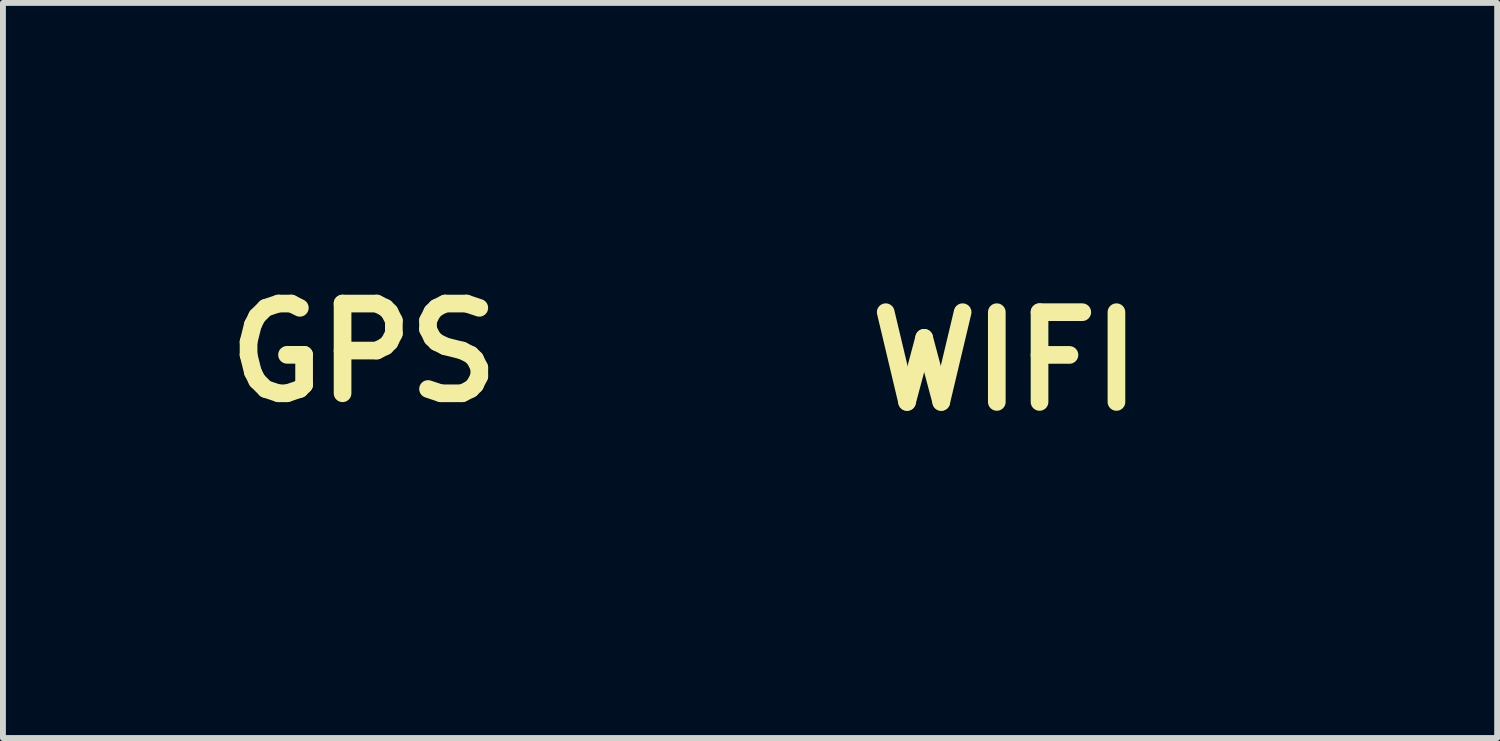
<source format=kicad_pcb>
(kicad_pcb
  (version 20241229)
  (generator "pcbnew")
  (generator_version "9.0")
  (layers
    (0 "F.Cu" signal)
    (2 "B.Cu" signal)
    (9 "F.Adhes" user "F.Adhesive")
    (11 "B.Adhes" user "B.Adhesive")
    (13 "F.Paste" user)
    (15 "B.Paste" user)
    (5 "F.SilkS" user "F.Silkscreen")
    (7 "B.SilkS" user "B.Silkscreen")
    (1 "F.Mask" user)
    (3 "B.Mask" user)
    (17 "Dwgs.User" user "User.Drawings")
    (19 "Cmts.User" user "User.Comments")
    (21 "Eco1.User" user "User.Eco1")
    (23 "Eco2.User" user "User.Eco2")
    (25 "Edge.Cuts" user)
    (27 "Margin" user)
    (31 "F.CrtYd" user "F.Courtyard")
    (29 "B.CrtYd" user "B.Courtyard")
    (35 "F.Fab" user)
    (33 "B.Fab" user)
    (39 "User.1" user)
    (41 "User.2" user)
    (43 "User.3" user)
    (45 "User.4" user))
  (footprint "WIFI"
    (layer "F.Cu")
    (at 14.025 3.087)
    (property "Reference" "WIFI" (at 0 0 0) (layer "F.SilkS") (effects (font (size 1.524 1.524) (thickness 0.3))))
    (attr through_hole)
    (fp_poly (pts (xy 5.347 -1.471) (xy 5.214 -1.337) (xy 5.08 -1.471) (xy 5.214 -1.604) (xy 5.347 -1.471)) (stroke (width 0.01) (type solid)) (fill no) (layer "Eco2.User"))
    (fp_poly (pts (xy 3.468 -0.866) (xy 3.476 -0.802) (xy 3.272 -0.543) (xy 3.208 -0.535) (xy 2.949 -0.738) (xy 2.941 -0.802) (xy 3.145 -1.062) (xy 3.208 -1.069) (xy 3.468 -0.866)) (stroke (width 0.01) (type solid)) (fill no) (layer "Eco2.User"))
    (fp_poly (pts (xy 3.378 -0.051) (xy 3.47 0.436) (xy 3.394 0.946) (xy 3.208 1.203) (xy 2.933 1.304) (xy 2.907 1.286) (xy 2.812 0.755) (xy 2.863 0.176) (xy 3.026 -0.215) (xy 3.129 -0.267) (xy 3.378 -0.051)) (stroke (width 0.01) (type solid)) (fill no) (layer "Eco2.User"))
    (fp_poly (pts (xy 2.167 -0.992) (xy 2.406 -0.805) (xy 2.406 -0.802) (xy 2.182 -0.585) (xy 1.872 -0.535) (xy 1.437 -0.423) (xy 1.337 -0.267) (xy 1.561 -0.05) (xy 1.872 0) (xy 2.306 0.112) (xy 2.406 0.267) (xy 2.187 0.499) (xy 1.968 0.535) (xy 1.461 0.732) (xy 1.174 1.003) (xy 0.962 1.22) (xy 0.854 1.09) (xy 0.815 0.535) (xy 0.811 0.201) (xy 0.825 -0.565) (xy 0.942 -0.938) (xy 1.249 -1.059) (xy 1.604 -1.069) (xy 2.167 -0.992)) (stroke (width 0.01) (type solid)) (fill no) (layer "Eco2.User"))
    (fp_poly (pts (xy 0.453 -3.073) (xy 1.681 -2.538) (xy 1.833 -2.433) (xy 2.516 -2.051) (xy 3.123 -1.873) (xy 3.168 -1.872) (xy 3.788 -1.629) (xy 4.272 -0.994) (xy 4.527 -0.11) (xy 4.545 0.205) (xy 4.361 0.998) (xy 3.9 1.741) (xy 3.296 2.263) (xy 2.819 2.406) (xy 2.332 2.527) (xy 1.628 2.828) (xy 1.407 2.941) (xy 0.251 3.393) (xy -0.78 3.387) (xy -1.811 2.94) (xy -2.527 2.586) (xy -3.143 2.41) (xy -3.215 2.406) (xy -3.969 2.164) (xy -4.158 1.938) (xy -0.425 1.938) (xy -0.374 2.09) (xy -0.052 2.139) (xy 0.635 2.104) (xy 1.491 2.029) (xy 2.506 1.923) (xy 3.31 1.814) (xy 3.759 1.722) (xy 3.794 1.706) (xy 3.947 1.353) (xy 4.006 0.676) (xy 3.98 -0.123) (xy 3.874 -0.841) (xy 3.696 -1.277) (xy 3.69 -1.283) (xy 3.253 -1.466) (xy 2.49 -1.583) (xy 1.961 -1.604) (xy 0.937 -1.51) (xy 0.331 -1.169) (xy 0.051 -0.494) (xy 0 0.267) (xy -0.096 1.061) (xy -0.298 1.661) (xy -0.425 1.938) (xy -4.158 1.938) (xy -4.52 1.505) (xy -4.795 0.53) (xy -4.813 0.175) (xy -4.696 -0.552) (xy -4.011 -0.552) (xy -3.921 0.16) (xy -3.7 0.762) (xy -3.419 1.17) (xy -3.15 1.298) (xy -2.965 1.062) (xy -2.924 0.735) (xy -2.899 0.326) (xy -2.81 0.392) (xy -2.649 0.781) (xy -2.377 1.195) (xy -2.113 1.088) (xy -1.897 0.535) (xy -1.337 0.535) (xy -1.259 1.098) (xy -1.073 1.337) (xy -1.069 1.337) (xy -0.882 1.105) (xy -0.802 0.545) (xy -0.802 0.535) (xy -0.88 -0.028) (xy -1.066 -0.267) (xy -1.069 -0.267) (xy -1.257 -0.035) (xy -1.337 0.525) (xy -1.337 0.535) (xy -1.897 0.535) (xy -1.874 0.475) (xy -1.758 -0.067) (xy -1.698 -0.779) (xy -1.709 -0.802) (xy -1.337 -0.802) (xy -1.133 -0.543) (xy -1.069 -0.535) (xy -0.81 -0.738) (xy -0.802 -0.802) (xy -1.006 -1.062) (xy -1.069 -1.069) (xy -1.329 -0.866) (xy -1.337 -0.802) (xy -1.709 -0.802) (xy -1.834 -1.067) (xy -1.859 -1.069) (xy -2.099 -0.85) (xy -2.139 -0.617) (xy -2.18 -0.339) (xy -2.37 -0.486) (xy -2.522 -0.684) (xy -2.813 -1.025) (xy -2.997 -0.933) (xy -3.173 -0.535) (xy -3.368 -0.084) (xy -3.441 -0.114) (xy -3.459 -0.468) (xy -3.589 -0.95) (xy -3.827 -1.046) (xy -3.998 -0.73) (xy -4.011 -0.552) (xy -4.696 -0.552) (xy -4.647 -0.86) (xy -4.19 -1.57) (xy -3.5 -1.868) (xy -3.4 -1.872) (xy -2.925 -2.015) (xy -2.24 -2.377) (xy -1.95 -2.564) (xy -0.77 -3.082) (xy 0.453 -3.073)) (stroke (width 0.01) (type solid)) (fill no) (layer "Eco2.User")))
  (footprint "GPS"
    (layer "F.Cu")
    (at 3.131 2.94)
    (property "Reference" "GPS" (at 0 0 0) (layer "F.SilkS") (effects (font (size 1.524 1.524) (thickness 0.3))))
    (attr through_hole)
    (fp_poly (pts (xy 0 1.72) (xy -0.132 1.852) (xy -0.265 1.72) (xy -0.132 1.587) (xy 0 1.72)) (stroke (width 0.01) (type solid)) (fill no) (layer "Eco2.User"))
    (fp_poly (pts (xy -0.353 0.617) (xy -0.389 0.775) (xy -0.529 0.794) (xy -0.747 0.697) (xy -0.706 0.617) (xy -0.392 0.586) (xy -0.353 0.617)) (stroke (width 0.01) (type solid)) (fill no) (layer "Eco2.User"))
    (fp_poly (pts (xy -1.105 0.879) (xy -0.928 1.057) (xy -0.667 1.436) (xy -0.72 1.587) (xy -1.101 1.405) (xy -1.328 1.184) (xy -1.57 0.775) (xy -1.46 0.661) (xy -1.105 0.879)) (stroke (width 0.01) (type solid)) (fill no) (layer "Eco2.User"))
    (fp_poly (pts (xy -0.554 -2.537) (xy -0.51 -2.495) (xy -0.063 -1.986) (xy 0.12 -1.61) (xy 0.107 -1.547) (xy -0.173 -1.34) (xy -0.583 -1.529) (xy -1.04 -1.965) (xy -1.463 -2.567) (xy -1.468 -2.918) (xy -1.138 -2.935) (xy -0.554 -2.537)) (stroke (width 0.01) (type solid)) (fill no) (layer "Eco2.User"))
    (fp_poly (pts (xy 1.968 0.151) (xy 2.437 0.463) (xy 2.854 0.915) (xy 3.071 1.355) (xy 3.018 1.586) (xy 2.666 1.616) (xy 2.109 1.186) (xy 2.014 1.089) (xy 1.558 0.518) (xy 1.53 0.184) (xy 1.593 0.129) (xy 1.968 0.151)) (stroke (width 0.01) (type solid)) (fill no) (layer "Eco2.User"))
    (fp_poly (pts (xy -2.007 1.038) (xy -1.997 1.057) (xy -1.479 1.651) (xy -0.882 2.037) (xy -0.416 2.257) (xy -0.414 2.349) (xy -0.708 2.369) (xy -1.266 2.18) (xy -1.817 1.704) (xy -1.833 1.684) (xy -2.208 1.123) (xy -2.372 0.709) (xy -2.372 0.692) (xy -2.261 0.674) (xy -2.007 1.038)) (stroke (width 0.01) (type solid)) (fill no) (layer "Eco2.User"))
    (fp_poly (pts (xy -2.742 0.758) (xy -2.556 1.311) (xy -2.551 1.334) (xy -2.311 1.932) (xy -1.781 2.386) (xy -1.261 2.651) (xy -0.64 2.962) (xy -0.493 3.126) (xy -0.723 3.169) (xy -1.293 2.998) (xy -1.955 2.568) (xy -2.092 2.447) (xy -2.605 1.863) (xy -2.97 1.261) (xy -3.126 0.774) (xy -3.014 0.535) (xy -2.961 0.529) (xy -2.742 0.758)) (stroke (width 0.01) (type solid)) (fill no) (layer "Eco2.User"))
    (fp_poly (pts (xy 1.374 -1.611) (xy 1.706 -1.338) (xy 1.957 -0.981) (xy 1.903 -0.64) (xy 1.565 -0.163) (xy 1.093 0.304) (xy 0.736 0.32) (xy 0.681 0.281) (xy 0.47 0.21) (xy 0.443 0.557) (xy 0.474 0.8) (xy 0.508 1.351) (xy 0.43 1.587) (xy 0.427 1.587) (xy 0.294 1.365) (xy 0.265 1.064) (xy 0.058 0.555) (xy -0.419 0.093) (xy -0.931 -0.187) (xy -1.224 -0.143) (xy -1.366 0.021) (xy -1.557 0.256) (xy -1.525 0.033) (xy -1.516 0) (xy -1.194 -0.301) (xy -0.732 -0.389) (xy -0.261 -0.479) (xy -0.175 -0.677) (xy -0.08 -1.061) (xy 0.323 -1.471) (xy 0.555 -1.585) (xy 1.076 -1.585) (xy 1.141 -1.448) (xy 1.289 -1.257) (xy 1.675 -0.845) (xy 1.848 -0.847) (xy 1.852 -0.894) (xy 1.671 -1.115) (xy 1.389 -1.357) (xy 1.076 -1.585) (xy 0.555 -1.585) (xy 0.853 -1.732) (xy 0.935 -1.748) (xy 1.374 -1.611)) (stroke (width 0.01) (type solid)) (fill no) (layer "Eco2.User")))
  (gr_rect
    (start -3 -3)
    (end 22.378 9.485)
    (stroke (width 0.1) (type default))
    (fill no)
    (layer "Edge.Cuts")))
</source>
